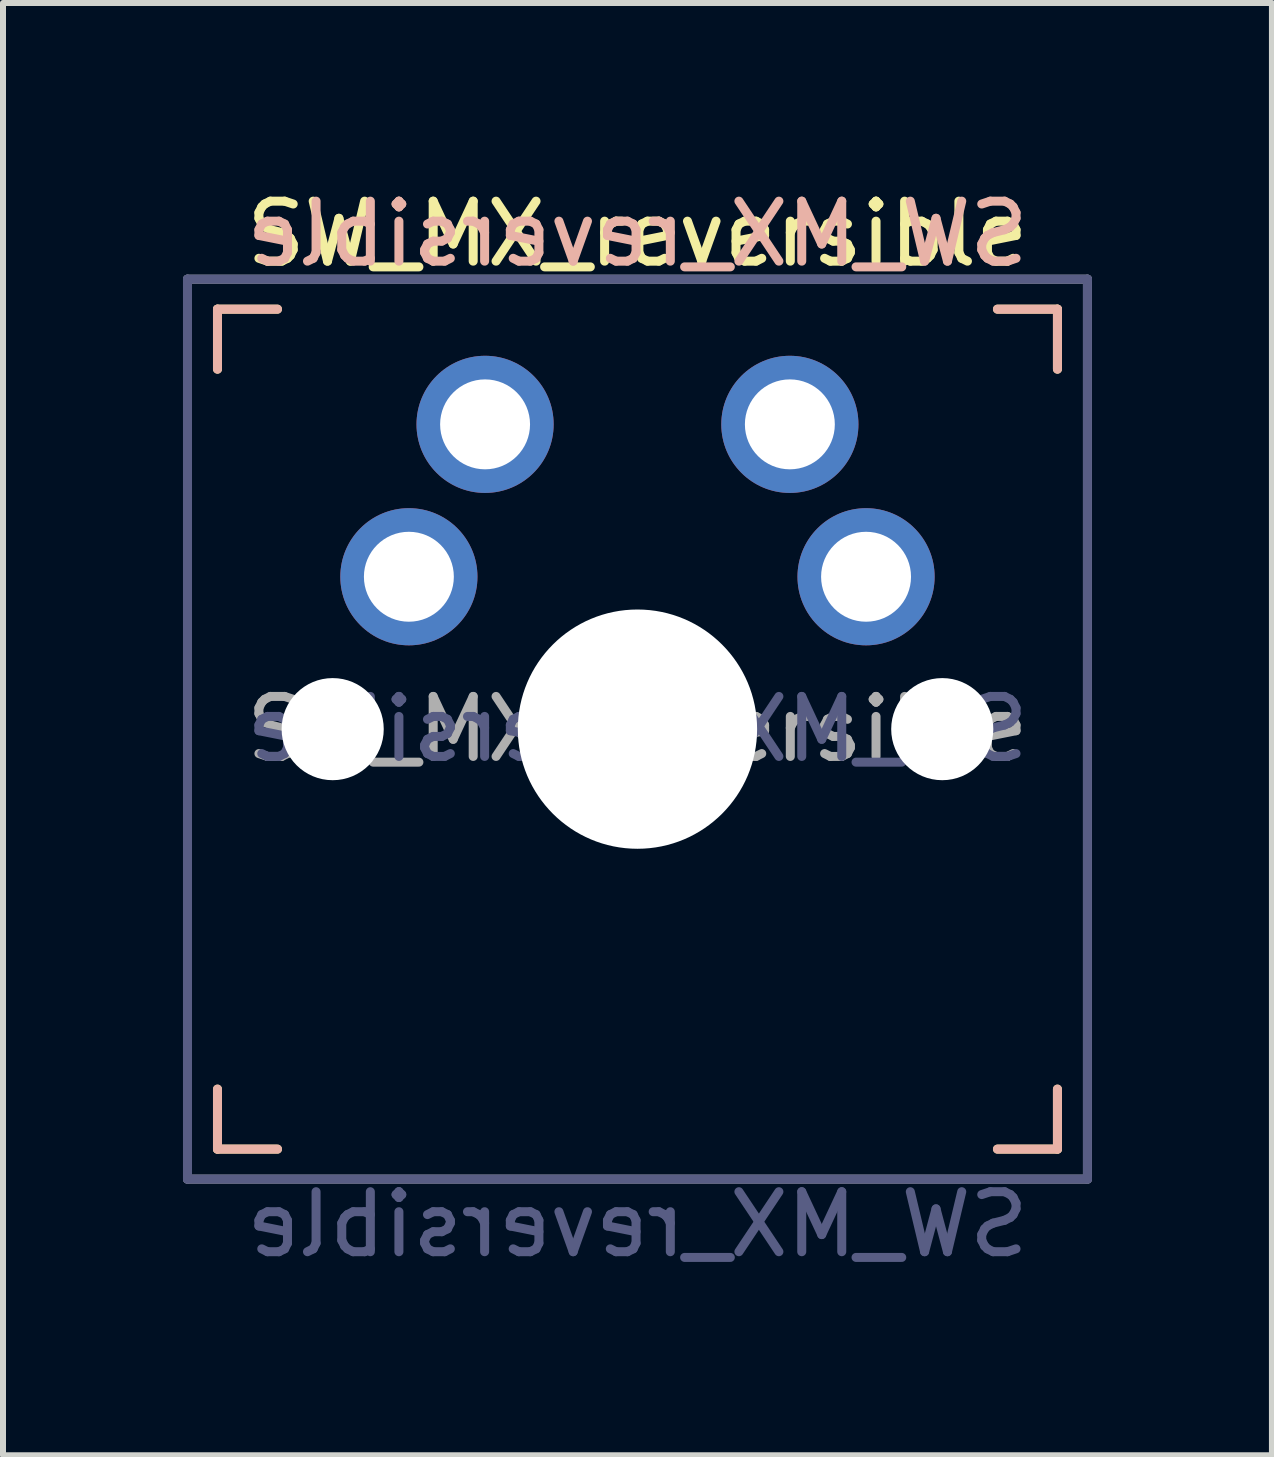
<source format=kicad_pcb>
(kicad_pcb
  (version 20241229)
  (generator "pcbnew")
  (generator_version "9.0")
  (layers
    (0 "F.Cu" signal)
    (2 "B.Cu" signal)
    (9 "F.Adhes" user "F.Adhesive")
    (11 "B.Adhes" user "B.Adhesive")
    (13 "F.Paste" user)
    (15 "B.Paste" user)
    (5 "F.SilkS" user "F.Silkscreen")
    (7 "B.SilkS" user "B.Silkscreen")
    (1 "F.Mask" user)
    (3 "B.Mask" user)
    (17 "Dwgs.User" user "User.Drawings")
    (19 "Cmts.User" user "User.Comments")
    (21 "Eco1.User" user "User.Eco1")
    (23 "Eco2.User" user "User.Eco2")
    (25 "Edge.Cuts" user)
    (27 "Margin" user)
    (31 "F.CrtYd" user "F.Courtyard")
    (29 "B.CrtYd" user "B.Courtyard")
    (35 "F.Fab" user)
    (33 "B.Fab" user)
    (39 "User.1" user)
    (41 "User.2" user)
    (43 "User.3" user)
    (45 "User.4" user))
  (footprint "SW_MX_reversible"
    (layer "F.Cu")
    (at 7.575 9.103)
    (property "Reference" "SW_MX_reversible" (at 0 -8.255 0) (layer "F.SilkS") (effects (font (size 1 1) (thickness 0.15))))
    (property "Value" "SW_MX_reversible" (at 0 8.255 0) (layer "F.Fab") (hide yes) (effects (font (size 1 1) (thickness 0.15))))
    (attr through_hole)
    (fp_line (start -7 -7) (end -6 -7) (stroke (width 0.15) (type solid)) (layer "F.SilkS"))
    (fp_line (start -7 -6) (end -7 -7) (stroke (width 0.15) (type solid)) (layer "F.SilkS"))
    (fp_line (start -7 7) (end -7 6) (stroke (width 0.15) (type solid)) (layer "F.SilkS"))
    (fp_line (start -6 7) (end -7 7) (stroke (width 0.15) (type solid)) (layer "F.SilkS"))
    (fp_line (start 6 -7) (end 7 -7) (stroke (width 0.15) (type solid)) (layer "F.SilkS"))
    (fp_line (start 7 -7) (end 7 -6) (stroke (width 0.15) (type solid)) (layer "F.SilkS"))
    (fp_line (start 7 6) (end 7 7) (stroke (width 0.15) (type solid)) (layer "F.SilkS"))
    (fp_line (start 7 7) (end 6 7) (stroke (width 0.15) (type solid)) (layer "F.SilkS"))
    (fp_line (start -7 -7) (end -6 -7) (stroke (width 0.15) (type solid)) (layer "B.SilkS"))
    (fp_line (start -7 -6) (end -7 -7) (stroke (width 0.15) (type solid)) (layer "B.SilkS"))
    (fp_line (start -7 7) (end -7 6) (stroke (width 0.15) (type solid)) (layer "B.SilkS"))
    (fp_line (start -6 7) (end -7 7) (stroke (width 0.15) (type solid)) (layer "B.SilkS"))
    (fp_line (start 6 -7) (end 7 -7) (stroke (width 0.15) (type solid)) (layer "B.SilkS"))
    (fp_line (start 7 -7) (end 7 -6) (stroke (width 0.15) (type solid)) (layer "B.SilkS"))
    (fp_line (start 7 6) (end 7 7) (stroke (width 0.15) (type solid)) (layer "B.SilkS"))
    (fp_line (start 7 7) (end 6 7) (stroke (width 0.15) (type solid)) (layer "B.SilkS"))
    (fp_line (start -6.9 6.9) (end -6.9 -6.9) (stroke (width 0.15) (type solid)) (layer "Eco2.User"))
    (fp_line (start -6.9 6.9) (end 6.9 6.9) (stroke (width 0.15) (type solid)) (layer "Eco2.User"))
    (fp_line (start 6.9 -6.9) (end -6.9 -6.9) (stroke (width 0.15) (type solid)) (layer "Eco2.User"))
    (fp_line (start 6.9 -6.9) (end 6.9 6.9) (stroke (width 0.15) (type solid)) (layer "Eco2.User"))
    (fp_line (start -7.5 -7.5) (end 7.5 -7.5) (stroke (width 0.15) (type solid)) (layer "B.Fab"))
    (fp_line (start -7.5 7.5) (end -7.5 -7.5) (stroke (width 0.15) (type solid)) (layer "B.Fab"))
    (fp_line (start 7.5 -7.5) (end 7.5 7.5) (stroke (width 0.15) (type solid)) (layer "B.Fab"))
    (fp_line (start 7.5 7.5) (end -7.5 7.5) (stroke (width 0.15) (type solid)) (layer "B.Fab"))
    (fp_line (start -7.5 -7.5) (end 7.5 -7.5) (stroke (width 0.15) (type solid)) (layer "F.Fab"))
    (fp_line (start -7.5 7.5) (end -7.5 -7.5) (stroke (width 0.15) (type solid)) (layer "F.Fab"))
    (fp_line (start 7.5 -7.5) (end 7.5 7.5) (stroke (width 0.15) (type solid)) (layer "F.Fab"))
    (fp_line (start 7.5 7.5) (end -7.5 7.5) (stroke (width 0.15) (type solid)) (layer "F.Fab"))
    (fp_text user "${REFERENCE}" (at 0 -8.255 0) (layer "B.SilkS") (effects (font (size 1 1) (thickness 0.15)) (justify mirror)))
    (fp_text user "${VALUE}" (at 0 8.255 0) (layer "B.Fab") (effects (font (size 1 1) (thickness 0.15)) (justify mirror)))
    (fp_text user "${REFERENCE}" (at 0 0 0) (layer "B.Fab") (effects (font (size 1 1) (thickness 0.15)) (justify mirror)))
    (fp_text user "${REFERENCE}" (at 0 0 0) (layer "F.Fab") (effects (font (size 1 1) (thickness 0.15))))
    (pad "" np_thru_hole circle (at -5.08 0) (size 1.702 1.702) (drill 1.702) (layers "*.Cu" "*.Mask"))
    (pad "" np_thru_hole circle (at 0 0) (size 3.988 3.988) (drill 3.988) (layers "*.Cu" "*.Mask"))
    (pad "" np_thru_hole circle (at 5.08 0) (size 1.702 1.702) (drill 1.702) (layers "*.Cu" "*.Mask"))
    (pad "1" thru_hole circle (at -2.54 -5.08) (size 2.286 2.286) (drill 1.499) (layers "*.Cu" "*.Mask"))
    (pad "1" thru_hole circle (at 2.54 -5.08) (size 2.286 2.286) (drill 1.499) (layers "*.Cu" "*.Mask"))
    (pad "2" thru_hole circle (at -3.81 -2.54) (size 2.286 2.286) (drill 1.499) (layers "*.Cu" "*.Mask"))
    (pad "2" thru_hole circle (at 3.81 -2.54) (size 2.286 2.286) (drill 1.499) (layers "*.Cu" "*.Mask")))
  (gr_rect
    (start -3 -3)
    (end 18.15 21.206)
    (stroke (width 0.1) (type default))
    (fill no)
    (layer "Edge.Cuts")))
</source>
